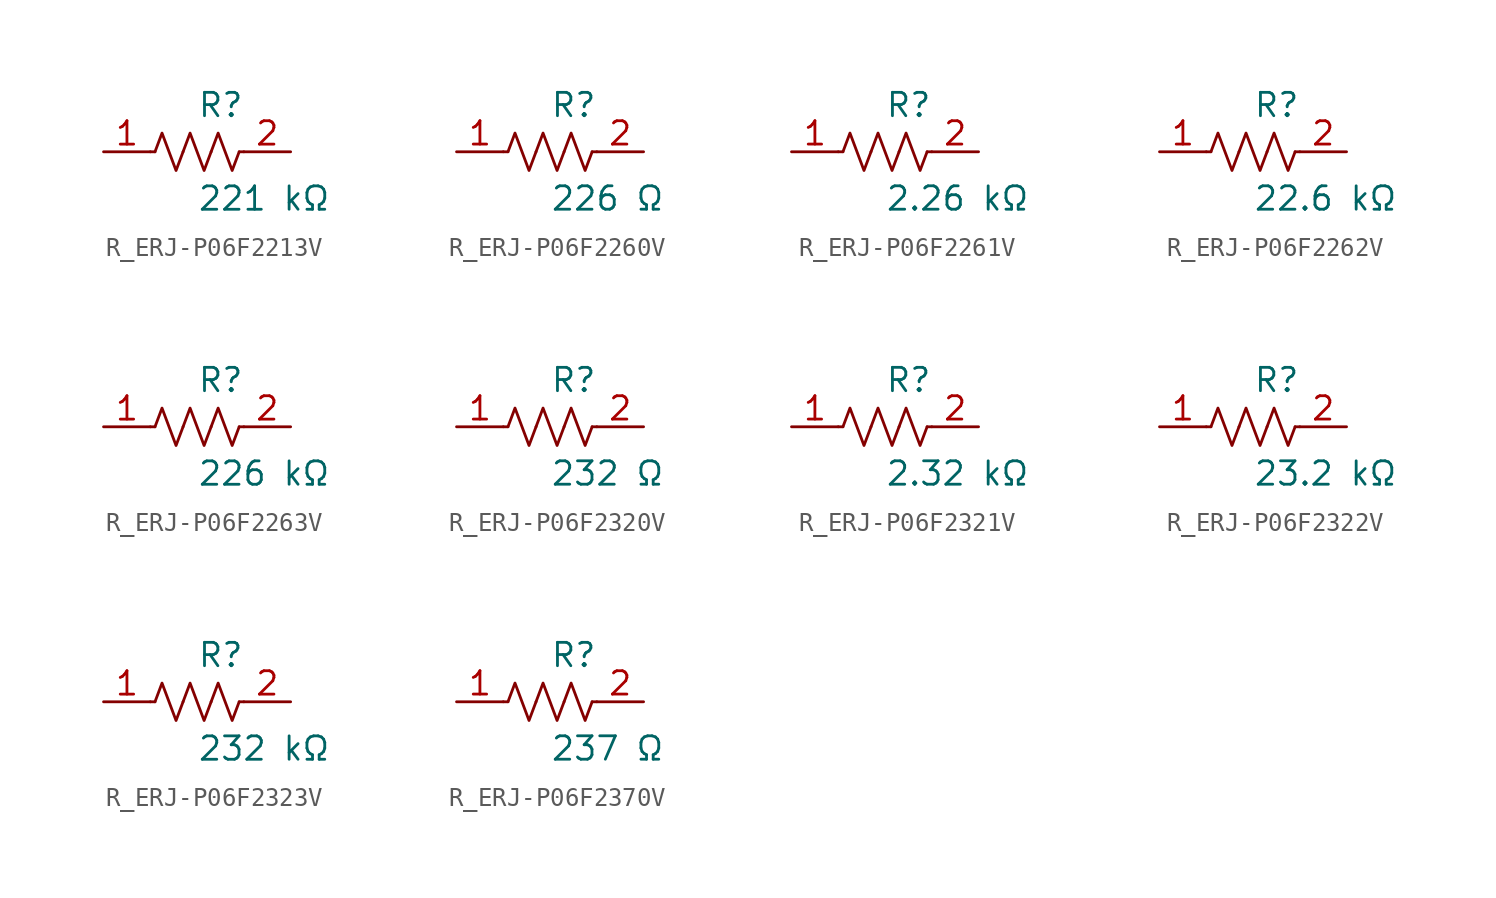
<source format=kicad_sym>
(kicad_symbol_lib
  (version 20231120)
  (generator kicad_symbol_editor)
  (generator_version 8.0)
  (symbol "R_ERJ-P06F2213V"
    (pin_names
      (offset 0.254))
    (property "Reference" "R"
      (at 0.0 2.54 0)
      (effects (font (size 1.27 1.27)) (justify left)))
    (property "Value" "221 kΩ"
      (at 0.0 -2.54 0)
      (effects (font (size 1.27 1.27)) (justify left)))
    (symbol "R_ERJ-P06F2213V_0_1"
      (polyline (pts (xy 2.286 0) (xy 2.54 0)) (stroke (width 0) (type default)) (fill (type none)))
      (polyline (pts (xy -2.286 0) (xy -2.54 0)) (stroke (width 0) (type default)) (fill (type none)))
      (polyline (pts (xy 0.762 0) (xy 1.143 1.016) (xy 1.524 0) (xy 1.905 -1.016) (xy 2.286 0)) (stroke (width 0) (type default)) (fill (type none)))
      (polyline (pts (xy -0.762 0) (xy -0.381 1.016) (xy 0 0) (xy 0.381 -1.016) (xy 0.762 0)) (stroke (width 0) (type default)) (fill (type none)))
      (polyline (pts (xy -2.286 0) (xy -1.905 1.016) (xy -1.524 0) (xy -1.143 -1.016) (xy -0.762 0)) (stroke (width 0) (type default)) (fill (type none))))
    (pin unspecified line
      (at -5.08 0 0)
      (length 2.54)
      (name "" (effects (font (size 1.27 1.27))))
      (number "1" (effects (font (size 1.27 1.27)))))
    (pin unspecified line
      (at 5.08 0 180)
      (length 2.54)
      (name "" (effects (font (size 1.27 1.27))))
      (number "2" (effects (font (size 1.27 1.27))))))
  (symbol "R_ERJ-P06F2260V"
    (pin_names
      (offset 0.254))
    (property "Reference" "R"
      (at 0.0 2.54 0)
      (effects (font (size 1.27 1.27)) (justify left)))
    (property "Value" "226 Ω"
      (at 0.0 -2.54 0)
      (effects (font (size 1.27 1.27)) (justify left)))
    (symbol "R_ERJ-P06F2260V_0_1"
      (polyline (pts (xy 2.286 0) (xy 2.54 0)) (stroke (width 0) (type default)) (fill (type none)))
      (polyline (pts (xy -2.286 0) (xy -2.54 0)) (stroke (width 0) (type default)) (fill (type none)))
      (polyline (pts (xy 0.762 0) (xy 1.143 1.016) (xy 1.524 0) (xy 1.905 -1.016) (xy 2.286 0)) (stroke (width 0) (type default)) (fill (type none)))
      (polyline (pts (xy -0.762 0) (xy -0.381 1.016) (xy 0 0) (xy 0.381 -1.016) (xy 0.762 0)) (stroke (width 0) (type default)) (fill (type none)))
      (polyline (pts (xy -2.286 0) (xy -1.905 1.016) (xy -1.524 0) (xy -1.143 -1.016) (xy -0.762 0)) (stroke (width 0) (type default)) (fill (type none))))
    (pin unspecified line
      (at -5.08 0 0)
      (length 2.54)
      (name "" (effects (font (size 1.27 1.27))))
      (number "1" (effects (font (size 1.27 1.27)))))
    (pin unspecified line
      (at 5.08 0 180)
      (length 2.54)
      (name "" (effects (font (size 1.27 1.27))))
      (number "2" (effects (font (size 1.27 1.27))))))
  (symbol "R_ERJ-P06F2261V"
    (pin_names
      (offset 0.254))
    (property "Reference" "R"
      (at 0.0 2.54 0)
      (effects (font (size 1.27 1.27)) (justify left)))
    (property "Value" "2.26 kΩ"
      (at 0.0 -2.54 0)
      (effects (font (size 1.27 1.27)) (justify left)))
    (symbol "R_ERJ-P06F2261V_0_1"
      (polyline (pts (xy 2.286 0) (xy 2.54 0)) (stroke (width 0) (type default)) (fill (type none)))
      (polyline (pts (xy -2.286 0) (xy -2.54 0)) (stroke (width 0) (type default)) (fill (type none)))
      (polyline (pts (xy 0.762 0) (xy 1.143 1.016) (xy 1.524 0) (xy 1.905 -1.016) (xy 2.286 0)) (stroke (width 0) (type default)) (fill (type none)))
      (polyline (pts (xy -0.762 0) (xy -0.381 1.016) (xy 0 0) (xy 0.381 -1.016) (xy 0.762 0)) (stroke (width 0) (type default)) (fill (type none)))
      (polyline (pts (xy -2.286 0) (xy -1.905 1.016) (xy -1.524 0) (xy -1.143 -1.016) (xy -0.762 0)) (stroke (width 0) (type default)) (fill (type none))))
    (pin unspecified line
      (at -5.08 0 0)
      (length 2.54)
      (name "" (effects (font (size 1.27 1.27))))
      (number "1" (effects (font (size 1.27 1.27)))))
    (pin unspecified line
      (at 5.08 0 180)
      (length 2.54)
      (name "" (effects (font (size 1.27 1.27))))
      (number "2" (effects (font (size 1.27 1.27))))))
  (symbol "R_ERJ-P06F2262V"
    (pin_names
      (offset 0.254))
    (property "Reference" "R"
      (at 0.0 2.54 0)
      (effects (font (size 1.27 1.27)) (justify left)))
    (property "Value" "22.6 kΩ"
      (at 0.0 -2.54 0)
      (effects (font (size 1.27 1.27)) (justify left)))
    (symbol "R_ERJ-P06F2262V_0_1"
      (polyline (pts (xy 2.286 0) (xy 2.54 0)) (stroke (width 0) (type default)) (fill (type none)))
      (polyline (pts (xy -2.286 0) (xy -2.54 0)) (stroke (width 0) (type default)) (fill (type none)))
      (polyline (pts (xy 0.762 0) (xy 1.143 1.016) (xy 1.524 0) (xy 1.905 -1.016) (xy 2.286 0)) (stroke (width 0) (type default)) (fill (type none)))
      (polyline (pts (xy -0.762 0) (xy -0.381 1.016) (xy 0 0) (xy 0.381 -1.016) (xy 0.762 0)) (stroke (width 0) (type default)) (fill (type none)))
      (polyline (pts (xy -2.286 0) (xy -1.905 1.016) (xy -1.524 0) (xy -1.143 -1.016) (xy -0.762 0)) (stroke (width 0) (type default)) (fill (type none))))
    (pin unspecified line
      (at -5.08 0 0)
      (length 2.54)
      (name "" (effects (font (size 1.27 1.27))))
      (number "1" (effects (font (size 1.27 1.27)))))
    (pin unspecified line
      (at 5.08 0 180)
      (length 2.54)
      (name "" (effects (font (size 1.27 1.27))))
      (number "2" (effects (font (size 1.27 1.27))))))
  (symbol "R_ERJ-P06F2263V"
    (pin_names
      (offset 0.254))
    (property "Reference" "R"
      (at 0.0 2.54 0)
      (effects (font (size 1.27 1.27)) (justify left)))
    (property "Value" "226 kΩ"
      (at 0.0 -2.54 0)
      (effects (font (size 1.27 1.27)) (justify left)))
    (symbol "R_ERJ-P06F2263V_0_1"
      (polyline (pts (xy 2.286 0) (xy 2.54 0)) (stroke (width 0) (type default)) (fill (type none)))
      (polyline (pts (xy -2.286 0) (xy -2.54 0)) (stroke (width 0) (type default)) (fill (type none)))
      (polyline (pts (xy 0.762 0) (xy 1.143 1.016) (xy 1.524 0) (xy 1.905 -1.016) (xy 2.286 0)) (stroke (width 0) (type default)) (fill (type none)))
      (polyline (pts (xy -0.762 0) (xy -0.381 1.016) (xy 0 0) (xy 0.381 -1.016) (xy 0.762 0)) (stroke (width 0) (type default)) (fill (type none)))
      (polyline (pts (xy -2.286 0) (xy -1.905 1.016) (xy -1.524 0) (xy -1.143 -1.016) (xy -0.762 0)) (stroke (width 0) (type default)) (fill (type none))))
    (pin unspecified line
      (at -5.08 0 0)
      (length 2.54)
      (name "" (effects (font (size 1.27 1.27))))
      (number "1" (effects (font (size 1.27 1.27)))))
    (pin unspecified line
      (at 5.08 0 180)
      (length 2.54)
      (name "" (effects (font (size 1.27 1.27))))
      (number "2" (effects (font (size 1.27 1.27))))))
  (symbol "R_ERJ-P06F2320V"
    (pin_names
      (offset 0.254))
    (property "Reference" "R"
      (at 0.0 2.54 0)
      (effects (font (size 1.27 1.27)) (justify left)))
    (property "Value" "232 Ω"
      (at 0.0 -2.54 0)
      (effects (font (size 1.27 1.27)) (justify left)))
    (symbol "R_ERJ-P06F2320V_0_1"
      (polyline (pts (xy 2.286 0) (xy 2.54 0)) (stroke (width 0) (type default)) (fill (type none)))
      (polyline (pts (xy -2.286 0) (xy -2.54 0)) (stroke (width 0) (type default)) (fill (type none)))
      (polyline (pts (xy 0.762 0) (xy 1.143 1.016) (xy 1.524 0) (xy 1.905 -1.016) (xy 2.286 0)) (stroke (width 0) (type default)) (fill (type none)))
      (polyline (pts (xy -0.762 0) (xy -0.381 1.016) (xy 0 0) (xy 0.381 -1.016) (xy 0.762 0)) (stroke (width 0) (type default)) (fill (type none)))
      (polyline (pts (xy -2.286 0) (xy -1.905 1.016) (xy -1.524 0) (xy -1.143 -1.016) (xy -0.762 0)) (stroke (width 0) (type default)) (fill (type none))))
    (pin unspecified line
      (at -5.08 0 0)
      (length 2.54)
      (name "" (effects (font (size 1.27 1.27))))
      (number "1" (effects (font (size 1.27 1.27)))))
    (pin unspecified line
      (at 5.08 0 180)
      (length 2.54)
      (name "" (effects (font (size 1.27 1.27))))
      (number "2" (effects (font (size 1.27 1.27))))))
  (symbol "R_ERJ-P06F2321V"
    (pin_names
      (offset 0.254))
    (property "Reference" "R"
      (at 0.0 2.54 0)
      (effects (font (size 1.27 1.27)) (justify left)))
    (property "Value" "2.32 kΩ"
      (at 0.0 -2.54 0)
      (effects (font (size 1.27 1.27)) (justify left)))
    (symbol "R_ERJ-P06F2321V_0_1"
      (polyline (pts (xy 2.286 0) (xy 2.54 0)) (stroke (width 0) (type default)) (fill (type none)))
      (polyline (pts (xy -2.286 0) (xy -2.54 0)) (stroke (width 0) (type default)) (fill (type none)))
      (polyline (pts (xy 0.762 0) (xy 1.143 1.016) (xy 1.524 0) (xy 1.905 -1.016) (xy 2.286 0)) (stroke (width 0) (type default)) (fill (type none)))
      (polyline (pts (xy -0.762 0) (xy -0.381 1.016) (xy 0 0) (xy 0.381 -1.016) (xy 0.762 0)) (stroke (width 0) (type default)) (fill (type none)))
      (polyline (pts (xy -2.286 0) (xy -1.905 1.016) (xy -1.524 0) (xy -1.143 -1.016) (xy -0.762 0)) (stroke (width 0) (type default)) (fill (type none))))
    (pin unspecified line
      (at -5.08 0 0)
      (length 2.54)
      (name "" (effects (font (size 1.27 1.27))))
      (number "1" (effects (font (size 1.27 1.27)))))
    (pin unspecified line
      (at 5.08 0 180)
      (length 2.54)
      (name "" (effects (font (size 1.27 1.27))))
      (number "2" (effects (font (size 1.27 1.27))))))
  (symbol "R_ERJ-P06F2322V"
    (pin_names
      (offset 0.254))
    (property "Reference" "R"
      (at 0.0 2.54 0)
      (effects (font (size 1.27 1.27)) (justify left)))
    (property "Value" "23.2 kΩ"
      (at 0.0 -2.54 0)
      (effects (font (size 1.27 1.27)) (justify left)))
    (symbol "R_ERJ-P06F2322V_0_1"
      (polyline (pts (xy 2.286 0) (xy 2.54 0)) (stroke (width 0) (type default)) (fill (type none)))
      (polyline (pts (xy -2.286 0) (xy -2.54 0)) (stroke (width 0) (type default)) (fill (type none)))
      (polyline (pts (xy 0.762 0) (xy 1.143 1.016) (xy 1.524 0) (xy 1.905 -1.016) (xy 2.286 0)) (stroke (width 0) (type default)) (fill (type none)))
      (polyline (pts (xy -0.762 0) (xy -0.381 1.016) (xy 0 0) (xy 0.381 -1.016) (xy 0.762 0)) (stroke (width 0) (type default)) (fill (type none)))
      (polyline (pts (xy -2.286 0) (xy -1.905 1.016) (xy -1.524 0) (xy -1.143 -1.016) (xy -0.762 0)) (stroke (width 0) (type default)) (fill (type none))))
    (pin unspecified line
      (at -5.08 0 0)
      (length 2.54)
      (name "" (effects (font (size 1.27 1.27))))
      (number "1" (effects (font (size 1.27 1.27)))))
    (pin unspecified line
      (at 5.08 0 180)
      (length 2.54)
      (name "" (effects (font (size 1.27 1.27))))
      (number "2" (effects (font (size 1.27 1.27))))))
  (symbol "R_ERJ-P06F2323V"
    (pin_names
      (offset 0.254))
    (property "Reference" "R"
      (at 0.0 2.54 0)
      (effects (font (size 1.27 1.27)) (justify left)))
    (property "Value" "232 kΩ"
      (at 0.0 -2.54 0)
      (effects (font (size 1.27 1.27)) (justify left)))
    (symbol "R_ERJ-P06F2323V_0_1"
      (polyline (pts (xy 2.286 0) (xy 2.54 0)) (stroke (width 0) (type default)) (fill (type none)))
      (polyline (pts (xy -2.286 0) (xy -2.54 0)) (stroke (width 0) (type default)) (fill (type none)))
      (polyline (pts (xy 0.762 0) (xy 1.143 1.016) (xy 1.524 0) (xy 1.905 -1.016) (xy 2.286 0)) (stroke (width 0) (type default)) (fill (type none)))
      (polyline (pts (xy -0.762 0) (xy -0.381 1.016) (xy 0 0) (xy 0.381 -1.016) (xy 0.762 0)) (stroke (width 0) (type default)) (fill (type none)))
      (polyline (pts (xy -2.286 0) (xy -1.905 1.016) (xy -1.524 0) (xy -1.143 -1.016) (xy -0.762 0)) (stroke (width 0) (type default)) (fill (type none))))
    (pin unspecified line
      (at -5.08 0 0)
      (length 2.54)
      (name "" (effects (font (size 1.27 1.27))))
      (number "1" (effects (font (size 1.27 1.27)))))
    (pin unspecified line
      (at 5.08 0 180)
      (length 2.54)
      (name "" (effects (font (size 1.27 1.27))))
      (number "2" (effects (font (size 1.27 1.27))))))
  (symbol "R_ERJ-P06F2370V"
    (pin_names
      (offset 0.254))
    (property "Reference" "R"
      (at 0.0 2.54 0)
      (effects (font (size 1.27 1.27)) (justify left)))
    (property "Value" "237 Ω"
      (at 0.0 -2.54 0)
      (effects (font (size 1.27 1.27)) (justify left)))
    (symbol "R_ERJ-P06F2370V_0_1"
      (polyline (pts (xy 2.286 0) (xy 2.54 0)) (stroke (width 0) (type default)) (fill (type none)))
      (polyline (pts (xy -2.286 0) (xy -2.54 0)) (stroke (width 0) (type default)) (fill (type none)))
      (polyline (pts (xy 0.762 0) (xy 1.143 1.016) (xy 1.524 0) (xy 1.905 -1.016) (xy 2.286 0)) (stroke (width 0) (type default)) (fill (type none)))
      (polyline (pts (xy -0.762 0) (xy -0.381 1.016) (xy 0 0) (xy 0.381 -1.016) (xy 0.762 0)) (stroke (width 0) (type default)) (fill (type none)))
      (polyline (pts (xy -2.286 0) (xy -1.905 1.016) (xy -1.524 0) (xy -1.143 -1.016) (xy -0.762 0)) (stroke (width 0) (type default)) (fill (type none))))
    (pin unspecified line
      (at -5.08 0 0)
      (length 2.54)
      (name "" (effects (font (size 1.27 1.27))))
      (number "1" (effects (font (size 1.27 1.27)))))
    (pin unspecified line
      (at 5.08 0 180)
      (length 2.54)
      (name "" (effects (font (size 1.27 1.27))))
      (number "2" (effects (font (size 1.27 1.27)))))))
</source>
